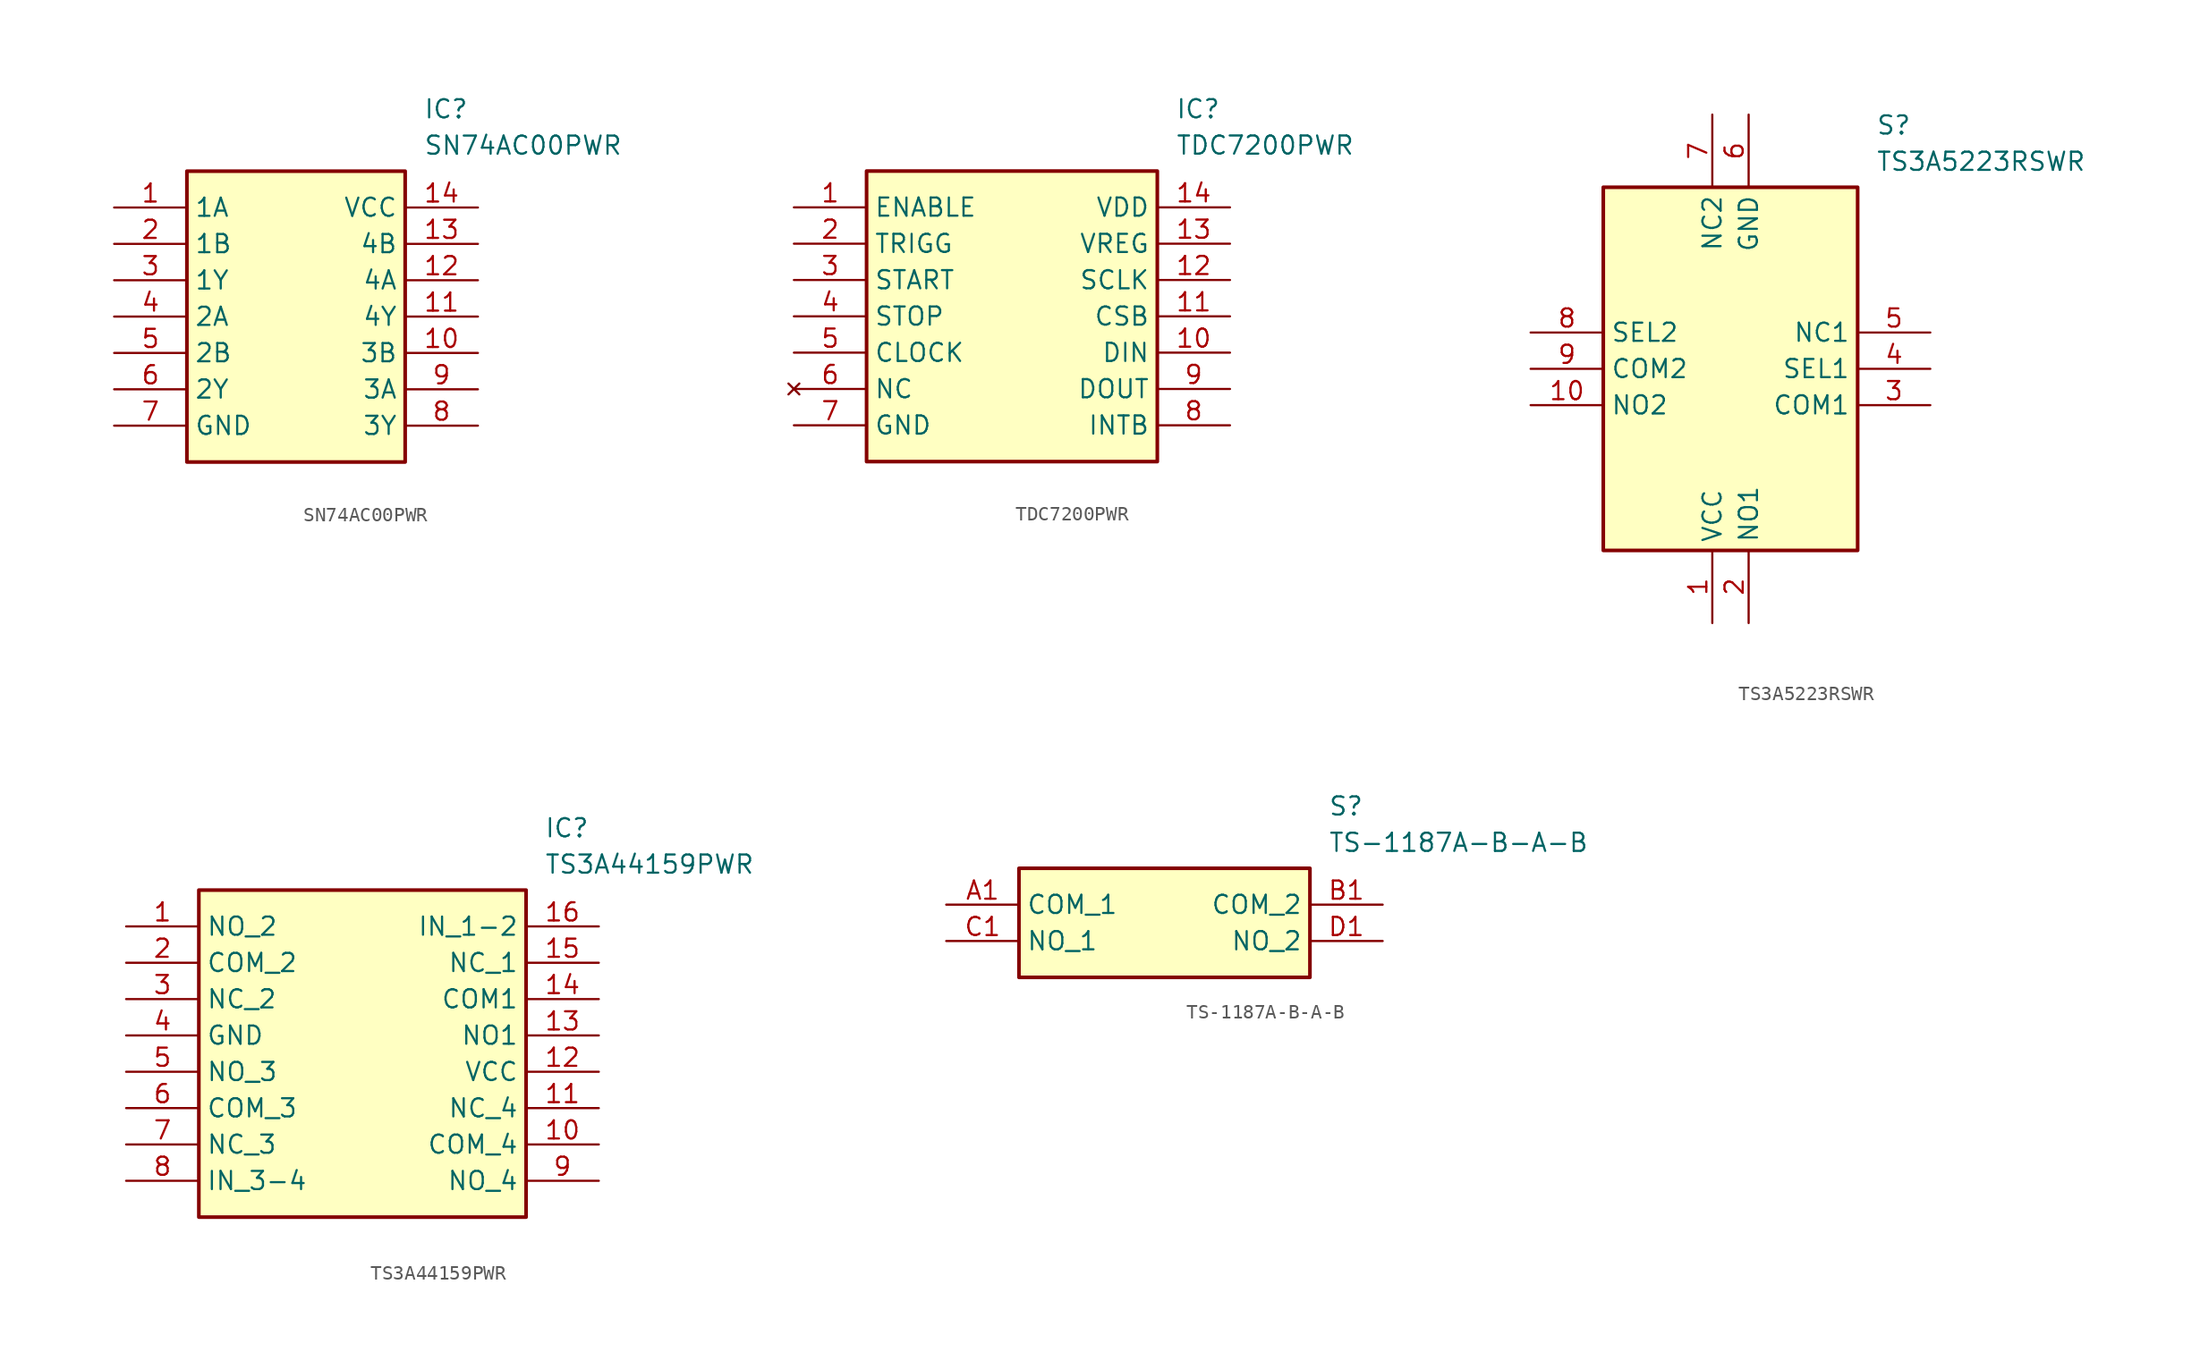
<source format=kicad_sym>
(kicad_symbol_lib
  (version 20220914)
  (generator SamacSys_ECAD_Model)
  (symbol "SN74AC00PWR"
    (property "Reference" "IC"
      (at 21.59 7.62 0)
      (effects (font (size 1.27 1.27)) (justify left top)))
    (property "Value" "SN74AC00PWR"
      (at 21.59 5.08 0)
      (effects (font (size 1.27 1.27)) (justify left top)))
    (rectangle
      (start 5.08 2.54)
      (end 20.32 -17.78)
      (stroke (width 0.254) (type default))
      (fill (type background)))
    (pin passive line
      (at 0 0 0)
      (length 5.08)
      (name "1A" (effects (font (size 1.27 1.27))))
      (number "1" (effects (font (size 1.27 1.27)))))
    (pin passive line
      (at 0 -2.54 0)
      (length 5.08)
      (name "1B" (effects (font (size 1.27 1.27))))
      (number "2" (effects (font (size 1.27 1.27)))))
    (pin passive line
      (at 0 -5.08 0)
      (length 5.08)
      (name "1Y" (effects (font (size 1.27 1.27))))
      (number "3" (effects (font (size 1.27 1.27)))))
    (pin passive line
      (at 0 -7.62 0)
      (length 5.08)
      (name "2A" (effects (font (size 1.27 1.27))))
      (number "4" (effects (font (size 1.27 1.27)))))
    (pin passive line
      (at 0 -10.16 0)
      (length 5.08)
      (name "2B" (effects (font (size 1.27 1.27))))
      (number "5" (effects (font (size 1.27 1.27)))))
    (pin passive line
      (at 0 -12.7 0)
      (length 5.08)
      (name "2Y" (effects (font (size 1.27 1.27))))
      (number "6" (effects (font (size 1.27 1.27)))))
    (pin passive line
      (at 0 -15.24 0)
      (length 5.08)
      (name "GND" (effects (font (size 1.27 1.27))))
      (number "7" (effects (font (size 1.27 1.27)))))
    (pin passive line
      (at 25.4 0 180)
      (length 5.08)
      (name "VCC" (effects (font (size 1.27 1.27))))
      (number "14" (effects (font (size 1.27 1.27)))))
    (pin passive line
      (at 25.4 -2.54 180)
      (length 5.08)
      (name "4B" (effects (font (size 1.27 1.27))))
      (number "13" (effects (font (size 1.27 1.27)))))
    (pin passive line
      (at 25.4 -5.08 180)
      (length 5.08)
      (name "4A" (effects (font (size 1.27 1.27))))
      (number "12" (effects (font (size 1.27 1.27)))))
    (pin passive line
      (at 25.4 -7.62 180)
      (length 5.08)
      (name "4Y" (effects (font (size 1.27 1.27))))
      (number "11" (effects (font (size 1.27 1.27)))))
    (pin passive line
      (at 25.4 -10.16 180)
      (length 5.08)
      (name "3B" (effects (font (size 1.27 1.27))))
      (number "10" (effects (font (size 1.27 1.27)))))
    (pin passive line
      (at 25.4 -12.7 180)
      (length 5.08)
      (name "3A" (effects (font (size 1.27 1.27))))
      (number "9" (effects (font (size 1.27 1.27)))))
    (pin passive line
      (at 25.4 -15.24 180)
      (length 5.08)
      (name "3Y" (effects (font (size 1.27 1.27))))
      (number "8" (effects (font (size 1.27 1.27))))))
  (symbol "TDC7200PWR"
    (property "Reference" "IC"
      (at 26.67 7.62 0)
      (effects (font (size 1.27 1.27)) (justify left top)))
    (property "Value" "TDC7200PWR"
      (at 26.67 5.08 0)
      (effects (font (size 1.27 1.27)) (justify left top)))
    (rectangle
      (start 5.08 2.54)
      (end 25.4 -17.78)
      (stroke (width 0.254) (type default))
      (fill (type background)))
    (pin passive line
      (at 0 0 0)
      (length 5.08)
      (name "ENABLE" (effects (font (size 1.27 1.27))))
      (number "1" (effects (font (size 1.27 1.27)))))
    (pin passive line
      (at 0 -2.54 0)
      (length 5.08)
      (name "TRIGG" (effects (font (size 1.27 1.27))))
      (number "2" (effects (font (size 1.27 1.27)))))
    (pin passive line
      (at 0 -5.08 0)
      (length 5.08)
      (name "START" (effects (font (size 1.27 1.27))))
      (number "3" (effects (font (size 1.27 1.27)))))
    (pin passive line
      (at 0 -7.62 0)
      (length 5.08)
      (name "STOP" (effects (font (size 1.27 1.27))))
      (number "4" (effects (font (size 1.27 1.27)))))
    (pin passive line
      (at 0 -10.16 0)
      (length 5.08)
      (name "CLOCK" (effects (font (size 1.27 1.27))))
      (number "5" (effects (font (size 1.27 1.27)))))
    (pin no_connect line
      (at 0 -12.7 0)
      (length 5.08)
      (name "NC" (effects (font (size 1.27 1.27))))
      (number "6" (effects (font (size 1.27 1.27)))))
    (pin passive line
      (at 0 -15.24 0)
      (length 5.08)
      (name "GND" (effects (font (size 1.27 1.27))))
      (number "7" (effects (font (size 1.27 1.27)))))
    (pin passive line
      (at 30.48 0 180)
      (length 5.08)
      (name "VDD" (effects (font (size 1.27 1.27))))
      (number "14" (effects (font (size 1.27 1.27)))))
    (pin passive line
      (at 30.48 -2.54 180)
      (length 5.08)
      (name "VREG" (effects (font (size 1.27 1.27))))
      (number "13" (effects (font (size 1.27 1.27)))))
    (pin passive line
      (at 30.48 -5.08 180)
      (length 5.08)
      (name "SCLK" (effects (font (size 1.27 1.27))))
      (number "12" (effects (font (size 1.27 1.27)))))
    (pin passive line
      (at 30.48 -7.62 180)
      (length 5.08)
      (name "CSB" (effects (font (size 1.27 1.27))))
      (number "11" (effects (font (size 1.27 1.27)))))
    (pin passive line
      (at 30.48 -10.16 180)
      (length 5.08)
      (name "DIN" (effects (font (size 1.27 1.27))))
      (number "10" (effects (font (size 1.27 1.27)))))
    (pin passive line
      (at 30.48 -12.7 180)
      (length 5.08)
      (name "DOUT" (effects (font (size 1.27 1.27))))
      (number "9" (effects (font (size 1.27 1.27)))))
    (pin passive line
      (at 30.48 -15.24 180)
      (length 5.08)
      (name "INTB" (effects (font (size 1.27 1.27))))
      (number "8" (effects (font (size 1.27 1.27))))))
  (symbol "TS3A5223RSWR"
    (property "Reference" "S"
      (at 24.13 15.24 0)
      (effects (font (size 1.27 1.27)) (justify left top)))
    (property "Value" "TS3A5223RSWR"
      (at 24.13 12.7 0)
      (effects (font (size 1.27 1.27)) (justify left top)))
    (rectangle
      (start 5.08 10.16)
      (end 22.86 -15.24)
      (stroke (width 0.254) (type default))
      (fill (type background)))
    (pin power_in line
      (at 12.7 -20.32 90)
      (length 5.08)
      (name "VCC" (effects (font (size 1.27 1.27))))
      (number "1" (effects (font (size 1.27 1.27)))))
    (pin bidirectional line
      (at 15.24 -20.32 90)
      (length 5.08)
      (name "NO1" (effects (font (size 1.27 1.27))))
      (number "2" (effects (font (size 1.27 1.27)))))
    (pin bidirectional line
      (at 27.94 -5.08 180)
      (length 5.08)
      (name "COM1" (effects (font (size 1.27 1.27))))
      (number "3" (effects (font (size 1.27 1.27)))))
    (pin passive line
      (at 27.94 -2.54 180)
      (length 5.08)
      (name "SEL1" (effects (font (size 1.27 1.27))))
      (number "4" (effects (font (size 1.27 1.27)))))
    (pin bidirectional line
      (at 27.94 0 180)
      (length 5.08)
      (name "NC1" (effects (font (size 1.27 1.27))))
      (number "5" (effects (font (size 1.27 1.27)))))
    (pin power_in line
      (at 15.24 15.24 270)
      (length 5.08)
      (name "GND" (effects (font (size 1.27 1.27))))
      (number "6" (effects (font (size 1.27 1.27)))))
    (pin bidirectional line
      (at 12.7 15.24 270)
      (length 5.08)
      (name "NC2" (effects (font (size 1.27 1.27))))
      (number "7" (effects (font (size 1.27 1.27)))))
    (pin bidirectional line
      (at 0 0 0)
      (length 5.08)
      (name "SEL2" (effects (font (size 1.27 1.27))))
      (number "8" (effects (font (size 1.27 1.27)))))
    (pin passive line
      (at 0 -2.54 0)
      (length 5.08)
      (name "COM2" (effects (font (size 1.27 1.27))))
      (number "9" (effects (font (size 1.27 1.27)))))
    (pin bidirectional line
      (at 0 -5.08 0)
      (length 5.08)
      (name "NO2" (effects (font (size 1.27 1.27))))
      (number "10" (effects (font (size 1.27 1.27))))))
  (symbol "TS3A44159PWR"
    (property "Reference" "IC"
      (at 29.21 7.62 0)
      (effects (font (size 1.27 1.27)) (justify left top)))
    (property "Value" "TS3A44159PWR"
      (at 29.21 5.08 0)
      (effects (font (size 1.27 1.27)) (justify left top)))
    (rectangle
      (start 5.08 2.54)
      (end 27.94 -20.32)
      (stroke (width 0.254) (type default))
      (fill (type background)))
    (pin passive line
      (at 0 0 0)
      (length 5.08)
      (name "NO_2" (effects (font (size 1.27 1.27))))
      (number "1" (effects (font (size 1.27 1.27)))))
    (pin passive line
      (at 0 -2.54 0)
      (length 5.08)
      (name "COM_2" (effects (font (size 1.27 1.27))))
      (number "2" (effects (font (size 1.27 1.27)))))
    (pin passive line
      (at 0 -5.08 0)
      (length 5.08)
      (name "NC_2" (effects (font (size 1.27 1.27))))
      (number "3" (effects (font (size 1.27 1.27)))))
    (pin passive line
      (at 0 -7.62 0)
      (length 5.08)
      (name "GND" (effects (font (size 1.27 1.27))))
      (number "4" (effects (font (size 1.27 1.27)))))
    (pin passive line
      (at 0 -10.16 0)
      (length 5.08)
      (name "NO_3" (effects (font (size 1.27 1.27))))
      (number "5" (effects (font (size 1.27 1.27)))))
    (pin passive line
      (at 0 -12.7 0)
      (length 5.08)
      (name "COM_3" (effects (font (size 1.27 1.27))))
      (number "6" (effects (font (size 1.27 1.27)))))
    (pin passive line
      (at 0 -15.24 0)
      (length 5.08)
      (name "NC_3" (effects (font (size 1.27 1.27))))
      (number "7" (effects (font (size 1.27 1.27)))))
    (pin passive line
      (at 0 -17.78 0)
      (length 5.08)
      (name "IN_3-4" (effects (font (size 1.27 1.27))))
      (number "8" (effects (font (size 1.27 1.27)))))
    (pin passive line
      (at 33.02 0 180)
      (length 5.08)
      (name "IN_1-2" (effects (font (size 1.27 1.27))))
      (number "16" (effects (font (size 1.27 1.27)))))
    (pin passive line
      (at 33.02 -2.54 180)
      (length 5.08)
      (name "NC_1" (effects (font (size 1.27 1.27))))
      (number "15" (effects (font (size 1.27 1.27)))))
    (pin passive line
      (at 33.02 -5.08 180)
      (length 5.08)
      (name "COM1" (effects (font (size 1.27 1.27))))
      (number "14" (effects (font (size 1.27 1.27)))))
    (pin passive line
      (at 33.02 -7.62 180)
      (length 5.08)
      (name "NO1" (effects (font (size 1.27 1.27))))
      (number "13" (effects (font (size 1.27 1.27)))))
    (pin passive line
      (at 33.02 -10.16 180)
      (length 5.08)
      (name "VCC" (effects (font (size 1.27 1.27))))
      (number "12" (effects (font (size 1.27 1.27)))))
    (pin passive line
      (at 33.02 -12.7 180)
      (length 5.08)
      (name "NC_4" (effects (font (size 1.27 1.27))))
      (number "11" (effects (font (size 1.27 1.27)))))
    (pin passive line
      (at 33.02 -15.24 180)
      (length 5.08)
      (name "COM_4" (effects (font (size 1.27 1.27))))
      (number "10" (effects (font (size 1.27 1.27)))))
    (pin passive line
      (at 33.02 -17.78 180)
      (length 5.08)
      (name "NO_4" (effects (font (size 1.27 1.27))))
      (number "9" (effects (font (size 1.27 1.27))))))
  (symbol "TS-1187A-B-A-B"
    (property "Reference" "S"
      (at 26.67 7.62 0)
      (effects (font (size 1.27 1.27)) (justify left top)))
    (property "Value" "TS-1187A-B-A-B"
      (at 26.67 5.08 0)
      (effects (font (size 1.27 1.27)) (justify left top)))
    (rectangle
      (start 5.08 2.54)
      (end 25.4 -5.08)
      (stroke (width 0.254) (type default))
      (fill (type background)))
    (pin passive line
      (at 0 0 0)
      (length 5.08)
      (name "COM_1" (effects (font (size 1.27 1.27))))
      (number "A1" (effects (font (size 1.27 1.27)))))
    (pin passive line
      (at 30.48 0 180)
      (length 5.08)
      (name "COM_2" (effects (font (size 1.27 1.27))))
      (number "B1" (effects (font (size 1.27 1.27)))))
    (pin passive line
      (at 0 -2.54 0)
      (length 5.08)
      (name "NO_1" (effects (font (size 1.27 1.27))))
      (number "C1" (effects (font (size 1.27 1.27)))))
    (pin passive line
      (at 30.48 -2.54 180)
      (length 5.08)
      (name "NO_2" (effects (font (size 1.27 1.27))))
      (number "D1" (effects (font (size 1.27 1.27)))))))
</source>
